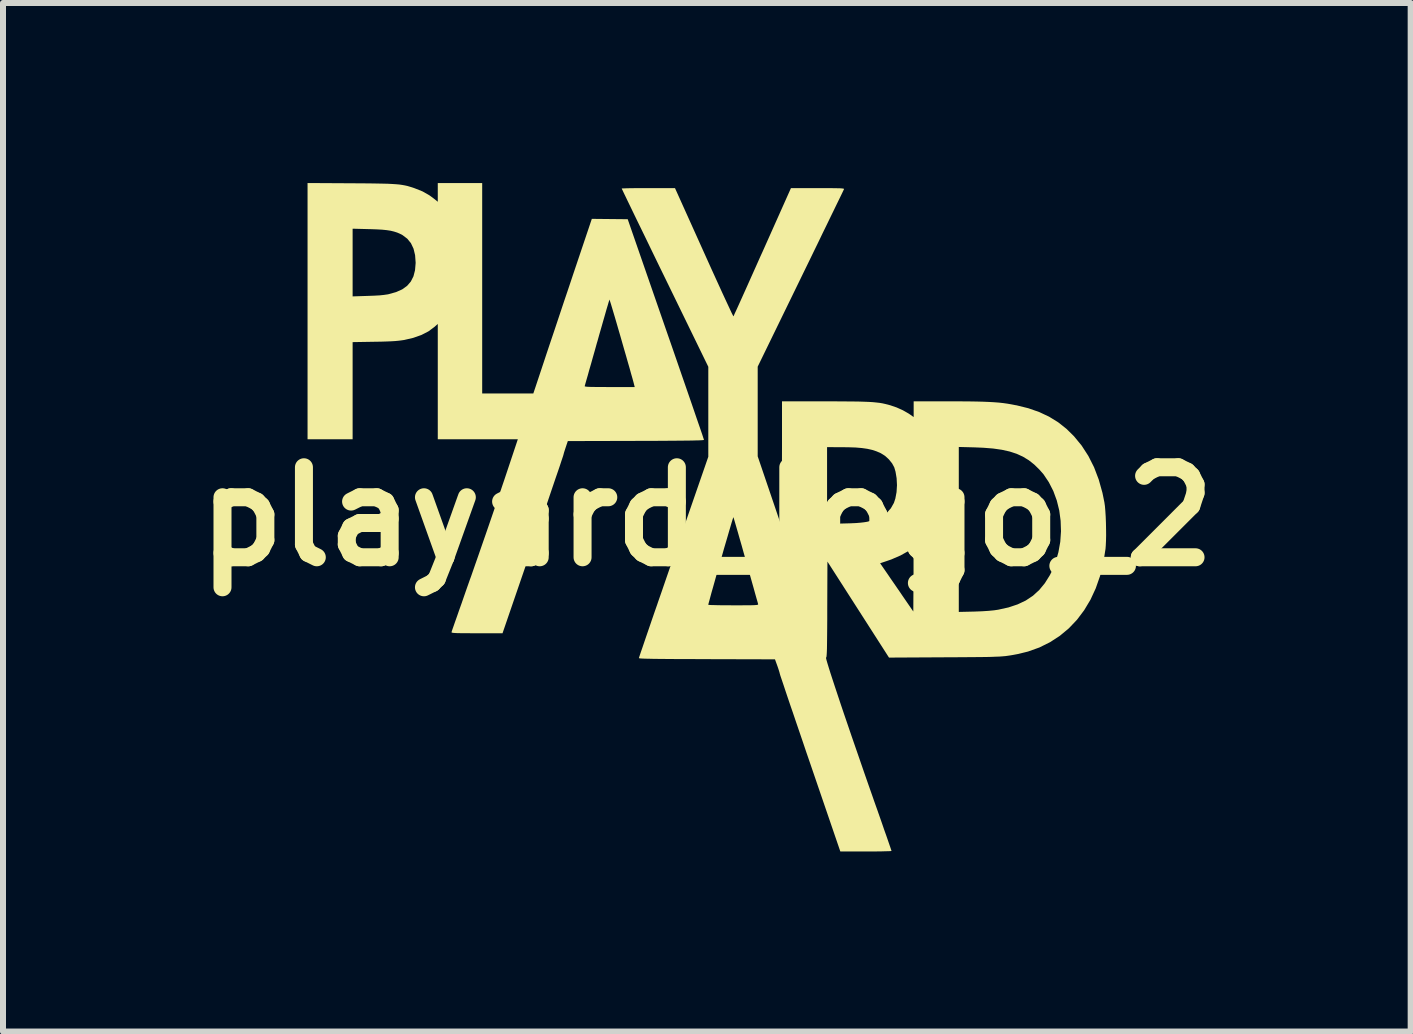
<source format=kicad_pcb>
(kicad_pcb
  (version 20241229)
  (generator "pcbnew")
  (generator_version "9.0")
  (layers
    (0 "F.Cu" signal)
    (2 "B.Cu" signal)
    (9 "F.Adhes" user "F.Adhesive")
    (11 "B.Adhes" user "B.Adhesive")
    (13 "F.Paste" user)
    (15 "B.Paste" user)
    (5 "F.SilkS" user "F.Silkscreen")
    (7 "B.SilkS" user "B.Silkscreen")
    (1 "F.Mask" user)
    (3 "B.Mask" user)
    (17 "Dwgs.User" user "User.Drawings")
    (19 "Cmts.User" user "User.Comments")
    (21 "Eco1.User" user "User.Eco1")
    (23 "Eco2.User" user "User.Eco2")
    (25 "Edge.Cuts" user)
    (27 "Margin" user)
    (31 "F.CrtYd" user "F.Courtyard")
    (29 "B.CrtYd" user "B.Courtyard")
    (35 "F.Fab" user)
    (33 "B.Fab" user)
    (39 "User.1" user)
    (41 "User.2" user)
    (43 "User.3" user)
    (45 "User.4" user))
  (footprint "playard_logo_2"
    (layer "F.Cu")
    (at 8.729 5.558)
    (property "Reference" "playard_logo_2" (at 0 0 0) (layer "F.SilkS") (effects (font (size 1.5 1.5) (thickness 0.3))))
    (attr board_only exclude_from_pos_files exclude_from_bom)
    (fp_poly (pts (xy -5.93 -5.554) (xy -5.768 -5.553) (xy -5.628 -5.552) (xy -5.507 -5.55) (xy -5.404 -5.548) (xy -5.316 -5.546) (xy -5.241 -5.542) (xy -5.178 -5.538) (xy -5.123 -5.533) (xy -5.075 -5.526) (xy -5.031 -5.518) (xy -4.99 -5.509) (xy -4.95 -5.497) (xy -4.907 -5.484) (xy -4.872 -5.472) (xy -4.737 -5.418) (xy -4.62 -5.351) (xy -4.551 -5.3) (xy -4.484 -5.246) (xy -4.484 -5.401) (xy -4.484 -5.557) (xy -4.114 -5.557) (xy -3.744 -5.557) (xy -3.744 -3.804) (xy -3.744 -2.051) (xy -3.318 -2.051) (xy -2.892 -2.051) (xy -2.851 -2.173) (xy -2.036 -2.173) (xy -2.033 -2.169) (xy -2.019 -2.166) (xy -1.992 -2.163) (xy -1.95 -2.161) (xy -1.892 -2.16) (xy -1.815 -2.159) (xy -1.718 -2.159) (xy -1.622 -2.158) (xy -1.202 -2.158) (xy -1.209 -2.185) (xy -1.222 -2.236) (xy -1.24 -2.302) (xy -1.263 -2.382) (xy -1.288 -2.473) (xy -1.317 -2.573) (xy -1.347 -2.679) (xy -1.379 -2.789) (xy -1.411 -2.901) (xy -1.443 -3.013) (xy -1.475 -3.122) (xy -1.505 -3.226) (xy -1.533 -3.322) (xy -1.559 -3.409) (xy -1.581 -3.483) (xy -1.599 -3.543) (xy -1.613 -3.587) (xy -1.621 -3.611) (xy -1.623 -3.616) (xy -1.627 -3.603) (xy -1.638 -3.569) (xy -1.653 -3.517) (xy -1.674 -3.447) (xy -1.698 -3.362) (xy -1.726 -3.265) (xy -1.757 -3.156) (xy -1.791 -3.038) (xy -1.826 -2.913) (xy -1.831 -2.898) (xy -1.866 -2.772) (xy -1.9 -2.653) (xy -1.931 -2.542) (xy -1.96 -2.443) (xy -1.984 -2.355) (xy -2.005 -2.283) (xy -2.021 -2.227) (xy -2.031 -2.19) (xy -2.036 -2.174) (xy -2.036 -2.173) (xy -2.851 -2.173) (xy -2.714 -2.585) (xy -2.681 -2.685) (xy -2.641 -2.805) (xy -2.595 -2.942) (xy -2.545 -3.09) (xy -2.492 -3.249) (xy -2.437 -3.414) (xy -2.381 -3.582) (xy -2.324 -3.75) (xy -2.269 -3.914) (xy -2.227 -4.04) (xy -1.917 -4.961) (xy -1.618 -4.958) (xy -1.319 -4.955) (xy -0.684 -3.124) (xy -0.614 -2.923) (xy -0.546 -2.727) (xy -0.481 -2.539) (xy -0.419 -2.359) (xy -0.36 -2.189) (xy -0.305 -2.03) (xy -0.254 -1.882) (xy -0.208 -1.748) (xy -0.167 -1.628) (xy -0.131 -1.524) (xy -0.101 -1.437) (xy -0.077 -1.367) (xy -0.061 -1.317) (xy -0.051 -1.287) (xy -0.048 -1.279) (xy -0.053 -1.276) (xy -0.067 -1.274) (xy -0.092 -1.272) (xy -0.13 -1.27) (xy -0.181 -1.269) (xy -0.246 -1.267) (xy -0.327 -1.266) (xy -0.426 -1.265) (xy -0.542 -1.264) (xy -0.677 -1.263) (xy -0.833 -1.262) (xy -1.011 -1.262) (xy -1.182 -1.261) (xy -2.317 -1.258) (xy -2.351 -1.157) (xy -2.367 -1.108) (xy -2.381 -1.064) (xy -2.389 -1.033) (xy -2.391 -1.027) (xy -2.395 -1.012) (xy -2.407 -0.976) (xy -2.426 -0.92) (xy -2.45 -0.846) (xy -2.481 -0.755) (xy -2.518 -0.648) (xy -2.559 -0.527) (xy -2.605 -0.392) (xy -2.654 -0.246) (xy -2.708 -0.089) (xy -2.765 0.076) (xy -2.824 0.25) (xy -2.885 0.429) (xy -2.9 0.473) (xy -3.405 1.944) (xy -3.832 1.944) (xy -3.945 1.944) (xy -4.035 1.943) (xy -4.107 1.943) (xy -4.161 1.942) (xy -4.201 1.94) (xy -4.227 1.938) (xy -4.244 1.935) (xy -4.252 1.932) (xy -4.255 1.927) (xy -4.254 1.923) (xy -4.25 1.909) (xy -4.238 1.874) (xy -4.219 1.82) (xy -4.194 1.748) (xy -4.163 1.661) (xy -4.128 1.56) (xy -4.088 1.448) (xy -4.045 1.324) (xy -3.999 1.192) (xy -3.95 1.053) (xy -3.929 0.996) (xy -3.872 0.832) (xy -3.811 0.658) (xy -3.748 0.476) (xy -3.684 0.292) (xy -3.621 0.109) (xy -3.56 -0.069) (xy -3.502 -0.238) (xy -3.449 -0.395) (xy -3.402 -0.535) (xy -3.38 -0.599) (xy -3.15 -1.288) (xy -3.817 -1.288) (xy -4.484 -1.288) (xy -4.484 -2.249) (xy -4.484 -3.21) (xy -4.54 -3.16) (xy -4.64 -3.086) (xy -4.757 -3.026) (xy -4.893 -2.978) (xy -5.043 -2.943) (xy -5.09 -2.936) (xy -5.139 -2.93) (xy -5.192 -2.925) (xy -5.255 -2.921) (xy -5.329 -2.918) (xy -5.42 -2.915) (xy -5.531 -2.913) (xy -5.542 -2.913) (xy -5.903 -2.907) (xy -5.903 -2.097) (xy -5.903 -1.288) (xy -6.278 -1.288) (xy -6.654 -1.288) (xy -6.654 -3.423) (xy -6.654 -4.797) (xy -5.903 -4.797) (xy -5.903 -4.233) (xy -5.903 -3.669) (xy -5.655 -3.677) (xy -5.544 -3.681) (xy -5.453 -3.686) (xy -5.379 -3.694) (xy -5.317 -3.703) (xy -5.299 -3.707) (xy -5.178 -3.741) (xy -5.077 -3.786) (xy -4.995 -3.845) (xy -4.933 -3.917) (xy -4.889 -4.004) (xy -4.863 -4.106) (xy -4.853 -4.224) (xy -4.853 -4.233) (xy -4.862 -4.356) (xy -4.888 -4.464) (xy -4.931 -4.555) (xy -4.992 -4.63) (xy -5.071 -4.69) (xy -5.108 -4.709) (xy -5.159 -4.732) (xy -5.212 -4.749) (xy -5.269 -4.763) (xy -5.335 -4.773) (xy -5.414 -4.781) (xy -5.508 -4.786) (xy -5.622 -4.79) (xy -5.632 -4.79) (xy -5.903 -4.797) (xy -6.654 -4.797) (xy -6.654 -5.558)) (stroke (width 0) (type solid)) (fill yes) (layer "F.SilkS"))
    (fp_poly (pts (xy -0.531 -5.473) (xy -0.048 -4.401) (xy 0.02 -4.25) (xy 0.085 -4.106) (xy 0.147 -3.97) (xy 0.205 -3.843) (xy 0.258 -3.727) (xy 0.306 -3.623) (xy 0.348 -3.533) (xy 0.383 -3.458) (xy 0.41 -3.4) (xy 0.43 -3.36) (xy 0.441 -3.339) (xy 0.443 -3.337) (xy 0.449 -3.348) (xy 0.463 -3.381) (xy 0.487 -3.432) (xy 0.518 -3.5) (xy 0.556 -3.584) (xy 0.6 -3.682) (xy 0.65 -3.793) (xy 0.705 -3.916) (xy 0.764 -4.048) (xy 0.827 -4.189) (xy 0.893 -4.337) (xy 0.926 -4.409) (xy 1.401 -5.473) (xy 1.847 -5.473) (xy 1.963 -5.473) (xy 2.057 -5.473) (xy 2.131 -5.472) (xy 2.189 -5.471) (xy 2.23 -5.47) (xy 2.259 -5.467) (xy 2.276 -5.465) (xy 2.284 -5.461) (xy 2.286 -5.457) (xy 2.285 -5.456) (xy 2.279 -5.443) (xy 2.264 -5.411) (xy 2.239 -5.359) (xy 2.205 -5.289) (xy 2.163 -5.203) (xy 2.114 -5.102) (xy 2.058 -4.987) (xy 1.996 -4.859) (xy 1.928 -4.72) (xy 1.856 -4.57) (xy 1.779 -4.412) (xy 1.698 -4.245) (xy 1.614 -4.073) (xy 1.563 -3.968) (xy 0.847 -2.498) (xy 0.847 -1.751) (xy 0.847 -1.004) (xy 1.049 -0.41) (xy 1.251 0.185) (xy 1.251 -0.868) (xy 1.252 -1.157) (xy 2.003 -1.157) (xy 2.003 -0.517) (xy 2.003 0.123) (xy 2.287 0.115) (xy 2.397 0.112) (xy 2.486 0.108) (xy 2.559 0.102) (xy 2.619 0.095) (xy 2.67 0.087) (xy 2.677 0.085) (xy 2.803 0.05) (xy 2.91 0.001) (xy 2.998 -0.061) (xy 3.066 -0.138) (xy 3.117 -0.228) (xy 3.141 -0.301) (xy 3.161 -0.408) (xy 3.168 -0.524) (xy 3.162 -0.639) (xy 3.144 -0.747) (xy 3.123 -0.819) (xy 3.087 -0.886) (xy 3.034 -0.952) (xy 2.97 -1.011) (xy 2.9 -1.055) (xy 2.896 -1.057) (xy 2.827 -1.087) (xy 2.754 -1.111) (xy 2.674 -1.129) (xy 2.583 -1.142) (xy 2.478 -1.151) (xy 2.356 -1.155) (xy 2.245 -1.156) (xy 2.003 -1.157) (xy 1.252 -1.157) (xy 1.252 -1.16) (xy 4.198 -1.16) (xy 4.198 0.215) (xy 4.198 1.589) (xy 4.457 1.583) (xy 4.586 1.578) (xy 4.694 1.571) (xy 4.786 1.562) (xy 4.854 1.552) (xy 5.026 1.514) (xy 5.179 1.463) (xy 5.314 1.399) (xy 5.434 1.319) (xy 5.539 1.223) (xy 5.632 1.11) (xy 5.714 0.979) (xy 5.742 0.924) (xy 5.81 0.763) (xy 5.858 0.594) (xy 5.889 0.421) (xy 5.901 0.245) (xy 5.895 0.07) (xy 5.872 -0.102) (xy 5.831 -0.268) (xy 5.773 -0.426) (xy 5.698 -0.573) (xy 5.608 -0.707) (xy 5.54 -0.784) (xy 5.454 -0.868) (xy 5.364 -0.939) (xy 5.267 -0.998) (xy 5.162 -1.046) (xy 5.046 -1.084) (xy 4.916 -1.113) (xy 4.77 -1.134) (xy 4.605 -1.147) (xy 4.463 -1.153) (xy 4.198 -1.16) (xy 1.252 -1.16) (xy 1.252 -1.92) (xy 1.967 -1.92) (xy 2.135 -1.92) (xy 2.282 -1.919) (xy 2.409 -1.918) (xy 2.519 -1.917) (xy 2.613 -1.914) (xy 2.694 -1.911) (xy 2.763 -1.907) (xy 2.823 -1.901) (xy 2.877 -1.895) (xy 2.925 -1.887) (xy 2.97 -1.877) (xy 3.015 -1.866) (xy 3.058 -1.854) (xy 3.163 -1.818) (xy 3.267 -1.771) (xy 3.36 -1.718) (xy 3.39 -1.698) (xy 3.446 -1.658) (xy 3.446 -1.789) (xy 3.446 -1.92) (xy 4.055 -1.92) (xy 4.222 -1.92) (xy 4.367 -1.919) (xy 4.494 -1.917) (xy 4.605 -1.914) (xy 4.703 -1.91) (xy 4.789 -1.905) (xy 4.868 -1.899) (xy 4.94 -1.891) (xy 5.01 -1.881) (xy 5.079 -1.869) (xy 5.151 -1.855) (xy 5.16 -1.854) (xy 5.358 -1.805) (xy 5.538 -1.742) (xy 5.702 -1.665) (xy 5.853 -1.572) (xy 5.992 -1.462) (xy 6.118 -1.338) (xy 6.246 -1.182) (xy 6.357 -1.01) (xy 6.452 -0.822) (xy 6.53 -0.617) (xy 6.592 -0.395) (xy 6.624 -0.238) (xy 6.633 -0.176) (xy 6.64 -0.095) (xy 6.646 -0.000054) (xy 6.65 0.102) (xy 6.652 0.208) (xy 6.653 0.31) (xy 6.651 0.405) (xy 6.647 0.487) (xy 6.643 0.538) (xy 6.606 0.771) (xy 6.552 0.99) (xy 6.48 1.196) (xy 6.392 1.386) (xy 6.287 1.561) (xy 6.167 1.72) (xy 6.032 1.862) (xy 5.882 1.987) (xy 5.719 2.093) (xy 5.542 2.181) (xy 5.352 2.249) (xy 5.19 2.289) (xy 5.143 2.298) (xy 5.1 2.306) (xy 5.059 2.313) (xy 5.018 2.319) (xy 4.974 2.325) (xy 4.927 2.329) (xy 4.873 2.333) (xy 4.812 2.335) (xy 4.74 2.338) (xy 4.657 2.34) (xy 4.561 2.341) (xy 4.448 2.342) (xy 4.318 2.343) (xy 4.168 2.344) (xy 3.997 2.345) (xy 3.959 2.345) (xy 3.035 2.35) (xy 2.522 1.55) (xy 2.027 0.778) (xy 2.887 0.778) (xy 2.983 0.917) (xy 3.017 0.966) (xy 3.061 1.031) (xy 3.113 1.106) (xy 3.168 1.186) (xy 3.224 1.267) (xy 3.259 1.319) (xy 3.44 1.582) (xy 3.443 1.058) (xy 3.444 0.948) (xy 3.444 0.846) (xy 3.444 0.754) (xy 3.444 0.675) (xy 3.444 0.61) (xy 3.443 0.562) (xy 3.442 0.535) (xy 3.442 0.528) (xy 3.43 0.532) (xy 3.404 0.546) (xy 3.369 0.568) (xy 3.361 0.573) (xy 3.227 0.648) (xy 3.075 0.714) (xy 3.003 0.739) (xy 2.887 0.778) (xy 2.027 0.778) (xy 2.009 0.75) (xy 2.006 1.55) (xy 2.006 1.709) (xy 2.005 1.847) (xy 2.004 1.963) (xy 2.003 2.061) (xy 2.002 2.141) (xy 2.001 2.206) (xy 1.999 2.256) (xy 1.997 2.293) (xy 1.995 2.32) (xy 1.993 2.337) (xy 1.99 2.346) (xy 1.986 2.349) (xy 1.986 2.349) (xy 1.986 2.36) (xy 1.994 2.393) (xy 2.009 2.445) (xy 2.031 2.517) (xy 2.059 2.607) (xy 2.094 2.714) (xy 2.134 2.836) (xy 2.18 2.974) (xy 2.23 3.125) (xy 2.285 3.288) (xy 2.345 3.463) (xy 2.408 3.648) (xy 2.475 3.842) (xy 2.545 4.044) (xy 2.617 4.253) (xy 2.692 4.468) (xy 2.769 4.687) (xy 2.783 4.728) (xy 2.831 4.863) (xy 2.876 4.991) (xy 2.918 5.111) (xy 2.956 5.222) (xy 2.991 5.32) (xy 3.02 5.404) (xy 3.044 5.474) (xy 3.062 5.526) (xy 3.073 5.559) (xy 3.077 5.571) (xy 3.065 5.574) (xy 3.032 5.576) (xy 2.981 5.577) (xy 2.914 5.579) (xy 2.834 5.58) (xy 2.743 5.581) (xy 2.65 5.581) (xy 2.224 5.581) (xy 1.72 4.109) (xy 1.658 3.929) (xy 1.599 3.754) (xy 1.542 3.587) (xy 1.488 3.429) (xy 1.438 3.281) (xy 1.391 3.145) (xy 1.349 3.021) (xy 1.312 2.911) (xy 1.281 2.817) (xy 1.255 2.74) (xy 1.235 2.681) (xy 1.222 2.642) (xy 1.217 2.623) (xy 1.216 2.622) (xy 1.212 2.604) (xy 1.202 2.57) (xy 1.187 2.524) (xy 1.176 2.492) (xy 1.135 2.379) (xy 0.001 2.376) (xy -0.2 2.375) (xy -0.379 2.375) (xy -0.536 2.374) (xy -0.673 2.373) (xy -0.789 2.372) (xy -0.887 2.371) (xy -0.966 2.369) (xy -1.029 2.368) (xy -1.076 2.366) (xy -1.109 2.364) (xy -1.127 2.361) (xy -1.133 2.359) (xy -1.129 2.346) (xy -1.118 2.312) (xy -1.1 2.258) (xy -1.075 2.186) (xy -1.044 2.095) (xy -1.008 1.989) (xy -0.966 1.867) (xy -0.92 1.732) (xy -0.869 1.584) (xy -0.829 1.47) (xy 0.024 1.47) (xy 0.035 1.472) (xy 0.068 1.474) (xy 0.119 1.475) (xy 0.186 1.477) (xy 0.266 1.478) (xy 0.356 1.478) (xy 0.442 1.479) (xy 0.553 1.479) (xy 0.642 1.478) (xy 0.712 1.478) (xy 0.766 1.477) (xy 0.804 1.475) (xy 0.83 1.473) (xy 0.845 1.47) (xy 0.853 1.466) (xy 0.855 1.461) (xy 0.854 1.458) (xy 0.85 1.443) (xy 0.84 1.407) (xy 0.824 1.352) (xy 0.804 1.281) (xy 0.78 1.194) (xy 0.752 1.095) (xy 0.721 0.985) (xy 0.688 0.866) (xy 0.652 0.741) (xy 0.649 0.727) (xy 0.613 0.602) (xy 0.58 0.483) (xy 0.548 0.373) (xy 0.52 0.274) (xy 0.495 0.188) (xy 0.474 0.116) (xy 0.458 0.061) (xy 0.447 0.025) (xy 0.442 0.01) (xy 0.442 0.01) (xy 0.438 0.02) (xy 0.428 0.05) (xy 0.413 0.099) (xy 0.394 0.164) (xy 0.371 0.242) (xy 0.345 0.332) (xy 0.316 0.431) (xy 0.285 0.536) (xy 0.254 0.646) (xy 0.222 0.758) (xy 0.19 0.869) (xy 0.159 0.977) (xy 0.13 1.081) (xy 0.103 1.177) (xy 0.078 1.264) (xy 0.058 1.338) (xy 0.042 1.398) (xy 0.03 1.441) (xy 0.024 1.466) (xy 0.024 1.47) (xy -0.829 1.47) (xy -0.814 1.425) (xy -0.755 1.256) (xy -0.694 1.078) (xy -0.63 0.893) (xy -0.564 0.701) (xy -0.555 0.674) (xy 0.024 -0.997) (xy 0.024 -1.746) (xy 0.024 -2.496) (xy -0.698 -3.978) (xy -0.784 -4.154) (xy -0.867 -4.325) (xy -0.946 -4.488) (xy -1.021 -4.643) (xy -1.092 -4.789) (xy -1.158 -4.924) (xy -1.217 -5.046) (xy -1.27 -5.156) (xy -1.316 -5.251) (xy -1.354 -5.33) (xy -1.384 -5.392) (xy -1.405 -5.437) (xy -1.417 -5.461) (xy -1.419 -5.466) (xy -1.408 -5.468) (xy -1.375 -5.469) (xy -1.324 -5.471) (xy -1.256 -5.472) (xy -1.175 -5.473) (xy -1.084 -5.473) (xy -0.984 -5.473) (xy -0.975 -5.473)) (stroke (width 0) (type solid)) (fill yes) (layer "F.SilkS")))
  (gr_rect
    (start -3 -3)
    (end 20.457 14.139)
    (stroke (width 0.1) (type default))
    (fill no)
    (layer "Edge.Cuts")))
</source>
